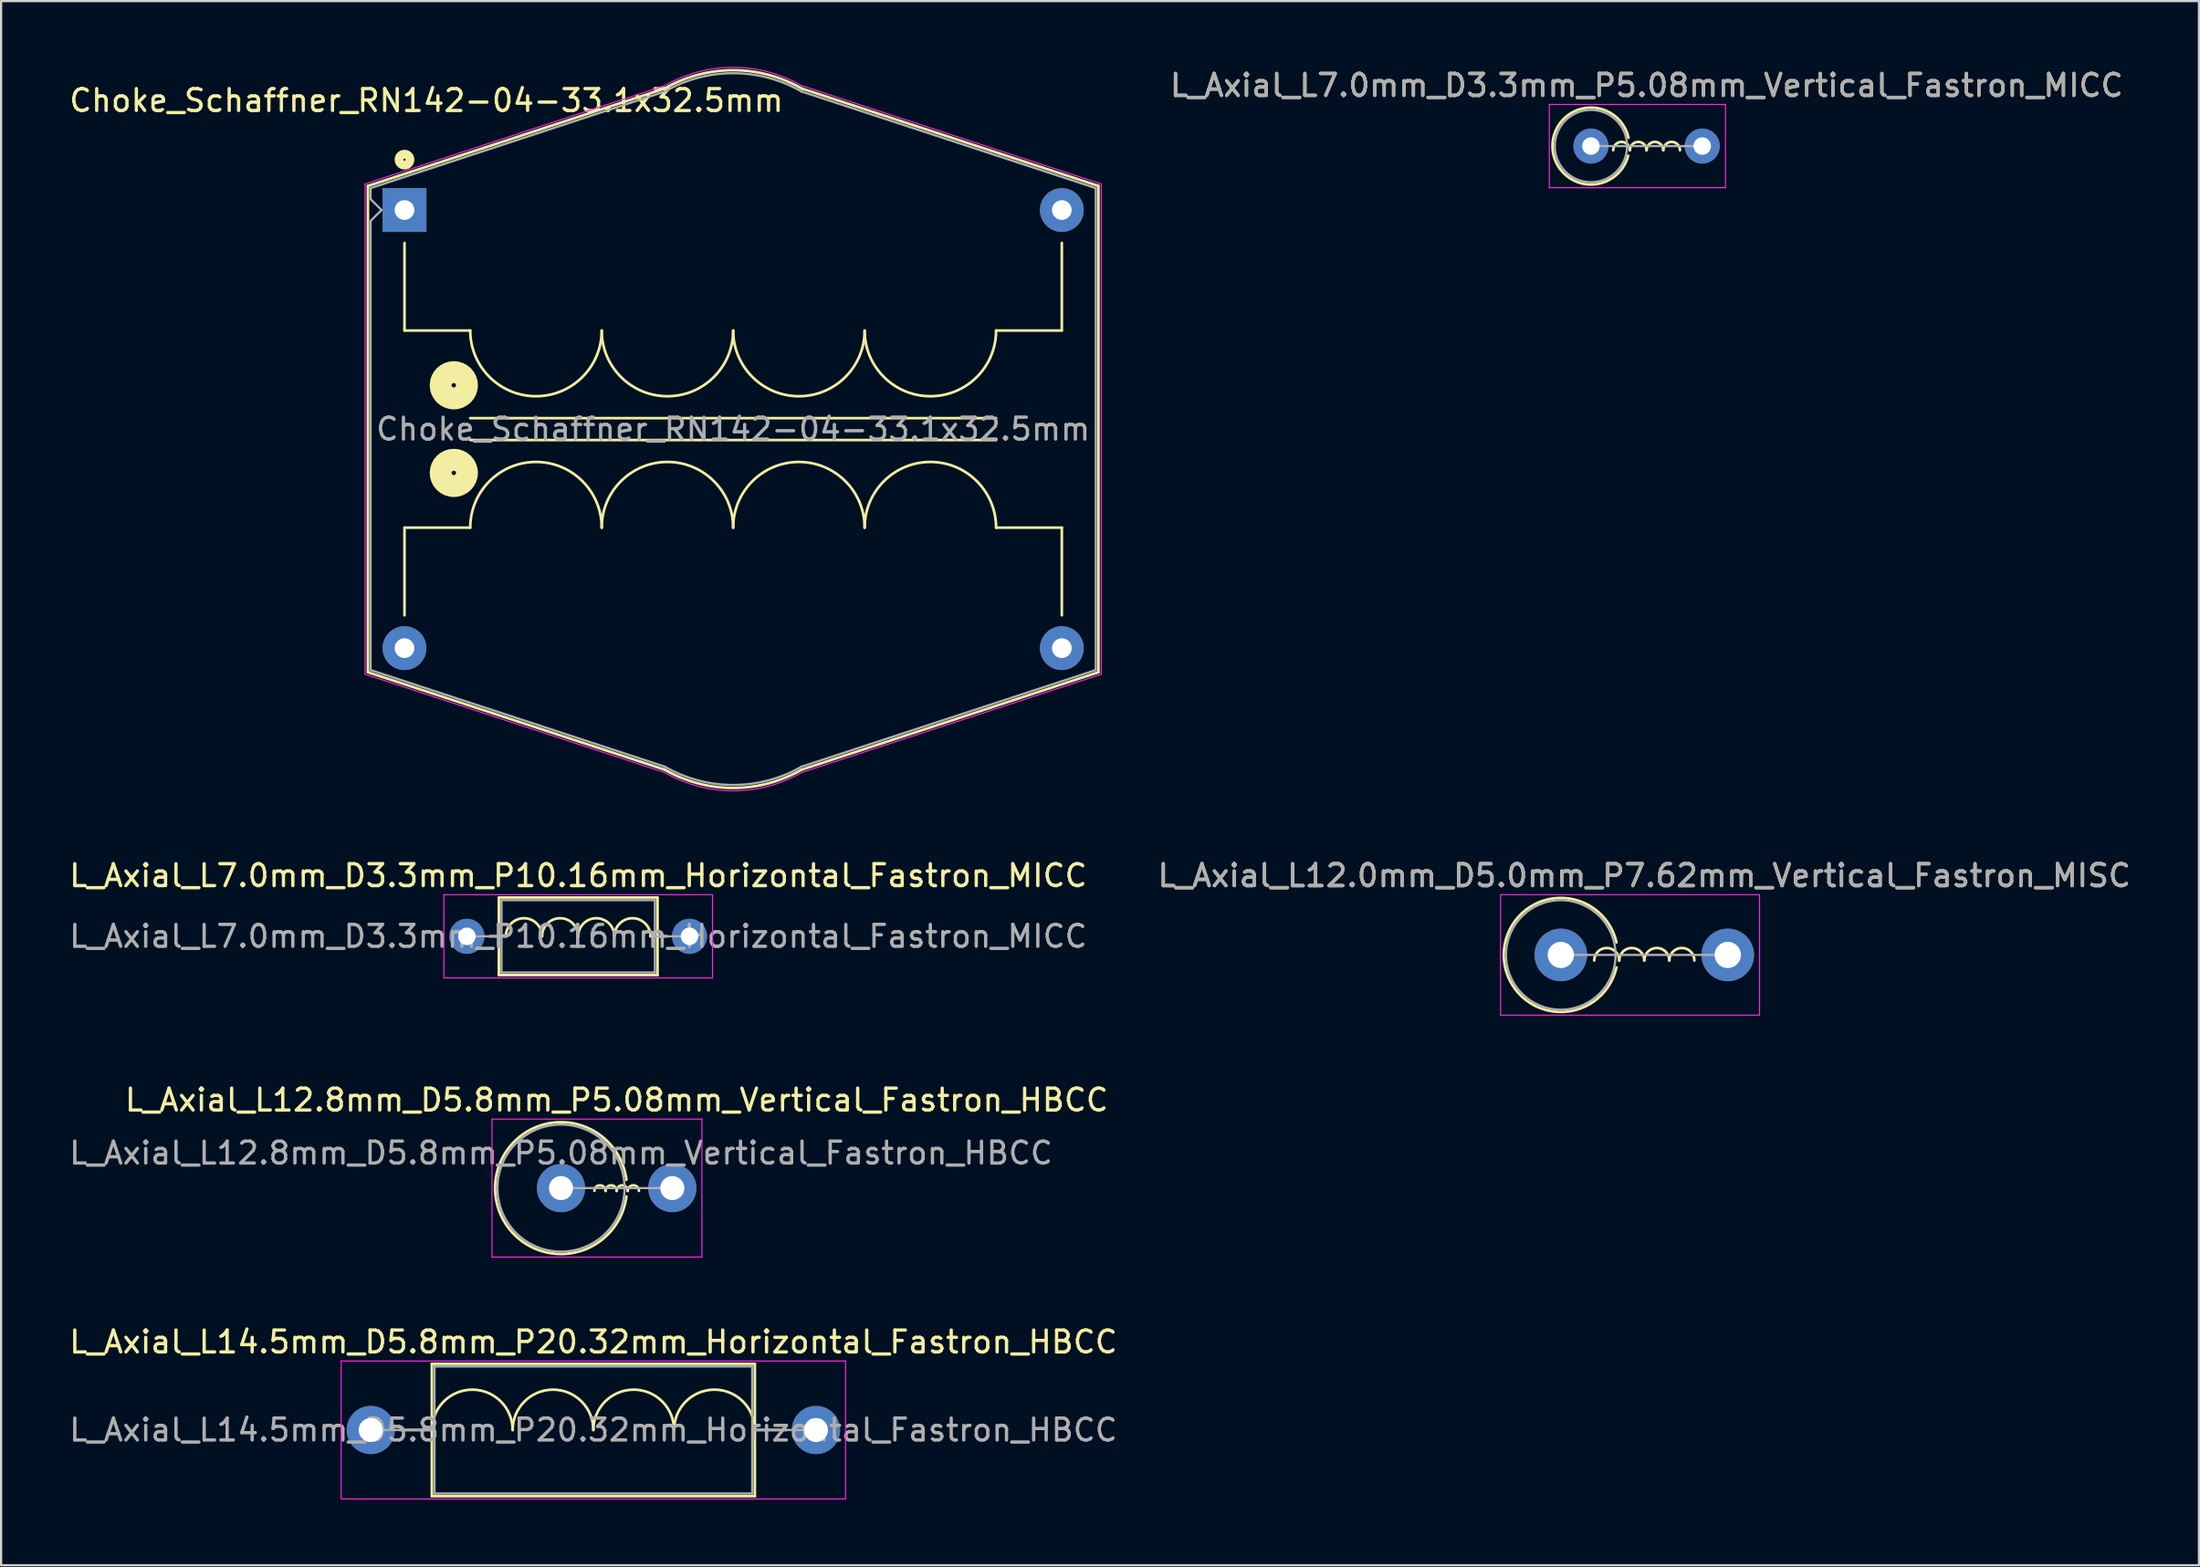
<source format=kicad_pcb>
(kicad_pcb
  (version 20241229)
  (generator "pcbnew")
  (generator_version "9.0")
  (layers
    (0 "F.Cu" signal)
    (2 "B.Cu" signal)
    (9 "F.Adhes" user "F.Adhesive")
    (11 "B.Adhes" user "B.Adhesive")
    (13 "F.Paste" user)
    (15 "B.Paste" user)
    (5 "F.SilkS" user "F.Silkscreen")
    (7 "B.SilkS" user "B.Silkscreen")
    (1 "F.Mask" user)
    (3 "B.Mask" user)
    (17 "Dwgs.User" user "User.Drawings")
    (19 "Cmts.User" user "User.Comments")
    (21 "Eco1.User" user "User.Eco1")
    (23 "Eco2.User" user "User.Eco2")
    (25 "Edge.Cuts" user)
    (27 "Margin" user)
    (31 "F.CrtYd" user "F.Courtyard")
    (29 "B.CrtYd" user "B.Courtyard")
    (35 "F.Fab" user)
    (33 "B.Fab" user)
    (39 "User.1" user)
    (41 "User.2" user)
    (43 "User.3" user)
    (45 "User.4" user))
  (footprint "L_Axial_L12.0mm_D5.0mm_P7.62mm_Vertical_Fastron_MISC"
    (layer "F.Cu")
    (at 68.184 40.543)
    (property "Reference" "L_Axial_L12.0mm_D5.0mm_P7.62mm_Vertical_Fastron_MISC" (at 3.81 -3.62 0) (layer "F.SilkS") (effects (font (size 1 1) (thickness 0.15))))
    (attr through_hole)
    (fp_arc (start 1.524 0.254) (mid 2.0955 -0.3175) (end 2.667 0.254) (stroke (width 0.12) (type solid)) (layer "F.SilkS"))
    (fp_arc (start 2.54 0.5715) (mid -2.6035 0) (end 2.54 -0.5715) (stroke (width 0.12) (type solid)) (layer "F.SilkS"))
    (fp_arc (start 2.667 0.254) (mid 3.2385 -0.3175) (end 3.81 0.254) (stroke (width 0.12) (type solid)) (layer "F.SilkS"))
    (fp_arc (start 3.81 0.254) (mid 4.3815 -0.3175) (end 4.953 0.254) (stroke (width 0.12) (type solid)) (layer "F.SilkS"))
    (fp_arc (start 4.953 0.254) (mid 5.5245 -0.3175) (end 6.096 0.254) (stroke (width 0.12) (type solid)) (layer "F.SilkS"))
    (fp_line (start -2.75 -2.75) (end -2.75 2.75) (stroke (width 0.05) (type solid)) (layer "F.CrtYd"))
    (fp_line (start -2.75 2.75) (end 9.07 2.75) (stroke (width 0.05) (type solid)) (layer "F.CrtYd"))
    (fp_line (start 9.07 -2.75) (end -2.75 -2.75) (stroke (width 0.05) (type solid)) (layer "F.CrtYd"))
    (fp_line (start 9.07 2.75) (end 9.07 -2.75) (stroke (width 0.05) (type solid)) (layer "F.CrtYd"))
    (fp_line (start 0 0) (end 7.62 0) (stroke (width 0.1) (type solid)) (layer "F.Fab"))
    (fp_circle (center 0 0) (end 2.5 0) (stroke (width 0.1) (type solid)) (fill no) (layer "F.Fab"))
    (fp_text user "${REFERENCE}" (at 3.81 -3.62 0) (layer "F.Fab") (effects (font (size 1 1) (thickness 0.15))))
    (pad "1" thru_hole circle (at 0 0) (size 2.4 2.4) (drill 1.2) (layers "*.Cu" "*.Mask"))
    (pad "2" thru_hole oval (at 7.62 0) (size 2.4 2.4) (drill 1.2) (layers "*.Cu" "*.Mask")))
  (footprint "L_Axial_L7.0mm_D3.3mm_P10.16mm_Horizontal_Fastron_MICC"
    (layer "F.Cu")
    (at 18.259 39.693)
    (property "Reference" "L_Axial_L7.0mm_D3.3mm_P10.16mm_Horizontal_Fastron_MICC" (at 5.08 -2.77 0) (layer "F.SilkS") (effects (font (size 1 1) (thickness 0.15))))
    (attr through_hole)
    (fp_line (start 1.04 0) (end 1.46 0) (stroke (width 0.12) (type solid)) (layer "F.SilkS"))
    (fp_line (start 1.46 -1.77) (end 1.46 1.77) (stroke (width 0.12) (type solid)) (layer "F.SilkS"))
    (fp_line (start 1.46 1.77) (end 8.7 1.77) (stroke (width 0.12) (type solid)) (layer "F.SilkS"))
    (fp_line (start 1.778 0) (end 1.46 0) (stroke (width 0.12) (type solid)) (layer "F.SilkS"))
    (fp_line (start 8.382 0) (end 8.7 0) (stroke (width 0.12) (type solid)) (layer "F.SilkS"))
    (fp_line (start 8.7 -1.77) (end 1.46 -1.77) (stroke (width 0.12) (type solid)) (layer "F.SilkS"))
    (fp_line (start 8.7 1.77) (end 8.7 -1.77) (stroke (width 0.12) (type solid)) (layer "F.SilkS"))
    (fp_line (start 9.12 0) (end 8.7 0) (stroke (width 0.12) (type solid)) (layer "F.SilkS"))
    (fp_arc (start 1.778 0) (mid 2.6035 -0.8255) (end 3.429 0) (stroke (width 0.12) (type solid)) (layer "F.SilkS"))
    (fp_arc (start 3.429 0) (mid 4.2545 -0.8255) (end 5.08 0) (stroke (width 0.12) (type solid)) (layer "F.SilkS"))
    (fp_arc (start 5.08 0) (mid 5.9055 -0.8255) (end 6.731 0) (stroke (width 0.12) (type solid)) (layer "F.SilkS"))
    (fp_arc (start 6.731 0) (mid 7.5565 -0.8255) (end 8.382 0) (stroke (width 0.12) (type solid)) (layer "F.SilkS"))
    (fp_line (start -1.05 -1.9) (end -1.05 1.9) (stroke (width 0.05) (type solid)) (layer "F.CrtYd"))
    (fp_line (start -1.05 1.9) (end 11.21 1.9) (stroke (width 0.05) (type solid)) (layer "F.CrtYd"))
    (fp_line (start 11.21 -1.9) (end -1.05 -1.9) (stroke (width 0.05) (type solid)) (layer "F.CrtYd"))
    (fp_line (start 11.21 1.9) (end 11.21 -1.9) (stroke (width 0.05) (type solid)) (layer "F.CrtYd"))
    (fp_line (start 0 0) (end 1.58 0) (stroke (width 0.1) (type solid)) (layer "F.Fab"))
    (fp_line (start 1.58 -1.65) (end 1.58 1.65) (stroke (width 0.1) (type solid)) (layer "F.Fab"))
    (fp_line (start 1.58 1.65) (end 8.58 1.65) (stroke (width 0.1) (type solid)) (layer "F.Fab"))
    (fp_line (start 8.58 -1.65) (end 1.58 -1.65) (stroke (width 0.1) (type solid)) (layer "F.Fab"))
    (fp_line (start 8.58 1.65) (end 8.58 -1.65) (stroke (width 0.1) (type solid)) (layer "F.Fab"))
    (fp_line (start 10.16 0) (end 8.58 0) (stroke (width 0.1) (type solid)) (layer "F.Fab"))
    (fp_text user "${REFERENCE}" (at 5.08 0 0) (layer "F.Fab") (effects (font (size 1 1) (thickness 0.15))))
    (pad "1" thru_hole circle (at 0 0) (size 1.6 1.6) (drill 0.8) (layers "*.Cu" "*.Mask"))
    (pad "2" thru_hole oval (at 10.16 0) (size 1.6 1.6) (drill 0.8) (layers "*.Cu" "*.Mask")))
  (footprint "L_Axial_L14.5mm_D5.8mm_P20.32mm_Horizontal_Fastron_HBCC"
    (layer "F.Cu")
    (at 13.87 62.23)
    (property "Reference" "L_Axial_L14.5mm_D5.8mm_P20.32mm_Horizontal_Fastron_HBCC" (at 10.16 -4.02 0) (layer "F.SilkS") (effects (font (size 1 1) (thickness 0.15))))
    (attr through_hole)
    (fp_line (start 1.34 0) (end 2.79 0) (stroke (width 0.12) (type solid)) (layer "F.SilkS"))
    (fp_line (start 2.79 -3.02) (end 2.79 3.02) (stroke (width 0.12) (type solid)) (layer "F.SilkS"))
    (fp_line (start 2.79 3.02) (end 17.53 3.02) (stroke (width 0.12) (type solid)) (layer "F.SilkS"))
    (fp_line (start 17.53 -3.02) (end 2.79 -3.02) (stroke (width 0.12) (type solid)) (layer "F.SilkS"))
    (fp_line (start 17.53 3.02) (end 17.53 -3.02) (stroke (width 0.12) (type solid)) (layer "F.SilkS"))
    (fp_line (start 18.98 0) (end 17.53 0) (stroke (width 0.12) (type solid)) (layer "F.SilkS"))
    (fp_arc (start 2.794 0) (mid 4.6355 -1.8415) (end 6.477 0) (stroke (width 0.12) (type solid)) (layer "F.SilkS"))
    (fp_arc (start 6.477 0) (mid 8.3185 -1.8415) (end 10.16 0) (stroke (width 0.12) (type solid)) (layer "F.SilkS"))
    (fp_arc (start 10.16 0) (mid 12.0015 -1.8415) (end 13.843 0) (stroke (width 0.12) (type solid)) (layer "F.SilkS"))
    (fp_arc (start 13.843 0) (mid 15.6845 -1.8415) (end 17.526 0) (stroke (width 0.12) (type solid)) (layer "F.SilkS"))
    (fp_line (start -1.35 -3.15) (end -1.35 3.15) (stroke (width 0.05) (type solid)) (layer "F.CrtYd"))
    (fp_line (start -1.35 3.15) (end 21.67 3.15) (stroke (width 0.05) (type solid)) (layer "F.CrtYd"))
    (fp_line (start 21.67 -3.15) (end -1.35 -3.15) (stroke (width 0.05) (type solid)) (layer "F.CrtYd"))
    (fp_line (start 21.67 3.15) (end 21.67 -3.15) (stroke (width 0.05) (type solid)) (layer "F.CrtYd"))
    (fp_line (start 0 0) (end 2.91 0) (stroke (width 0.1) (type solid)) (layer "F.Fab"))
    (fp_line (start 2.91 -2.9) (end 2.91 2.9) (stroke (width 0.1) (type solid)) (layer "F.Fab"))
    (fp_line (start 2.91 2.9) (end 17.41 2.9) (stroke (width 0.1) (type solid)) (layer "F.Fab"))
    (fp_line (start 17.41 -2.9) (end 2.91 -2.9) (stroke (width 0.1) (type solid)) (layer "F.Fab"))
    (fp_line (start 17.41 2.9) (end 17.41 -2.9) (stroke (width 0.1) (type solid)) (layer "F.Fab"))
    (fp_line (start 20.32 0) (end 17.41 0) (stroke (width 0.1) (type solid)) (layer "F.Fab"))
    (fp_text user "${REFERENCE}" (at 10.16 0 0) (layer "F.Fab") (effects (font (size 1 1) (thickness 0.15))))
    (pad "1" thru_hole circle (at 0 0) (size 2.2 2.2) (drill 1.1) (layers "*.Cu" "*.Mask"))
    (pad "2" thru_hole oval (at 20.32 0) (size 2.2 2.2) (drill 1.1) (layers "*.Cu" "*.Mask")))
  (footprint "L_Axial_L12.8mm_D5.8mm_P5.08mm_Vertical_Fastron_HBCC"
    (layer "F.Cu")
    (at 22.554 51.187)
    (property "Reference" "L_Axial_L12.8mm_D5.8mm_P5.08mm_Vertical_Fastron_HBCC" (at 2.54 -4.02 0) (layer "F.SilkS") (effects (font (size 1 1) (thickness 0.15))))
    (attr through_hole)
    (fp_arc (start 1.524 0.127) (mid 1.778 -0.127) (end 2.032 0.127) (stroke (width 0.12) (type solid)) (layer "F.SilkS"))
    (fp_arc (start 2.032 0.127) (mid 2.286 -0.127) (end 2.54 0.127) (stroke (width 0.12) (type solid)) (layer "F.SilkS"))
    (fp_arc (start 2.54 0.127) (mid 2.794 -0.127) (end 3.048 0.127) (stroke (width 0.12) (type solid)) (layer "F.SilkS"))
    (fp_arc (start 2.9845 0.381) (mid -3.008721 0) (end 2.9845 -0.381) (stroke (width 0.12) (type solid)) (layer "F.SilkS"))
    (fp_arc (start 3.048 0.127) (mid 3.302 -0.127) (end 3.556 0.127) (stroke (width 0.12) (type solid)) (layer "F.SilkS"))
    (fp_line (start -3.15 -3.15) (end -3.15 3.15) (stroke (width 0.05) (type solid)) (layer "F.CrtYd"))
    (fp_line (start -3.15 3.15) (end 6.43 3.15) (stroke (width 0.05) (type solid)) (layer "F.CrtYd"))
    (fp_line (start 6.43 -3.15) (end -3.15 -3.15) (stroke (width 0.05) (type solid)) (layer "F.CrtYd"))
    (fp_line (start 6.43 3.15) (end 6.43 -3.15) (stroke (width 0.05) (type solid)) (layer "F.CrtYd"))
    (fp_line (start 0 0) (end 5.08 0) (stroke (width 0.1) (type solid)) (layer "F.Fab"))
    (fp_circle (center 0 0) (end 2.9 0) (stroke (width 0.1) (type solid)) (fill no) (layer "F.Fab"))
    (fp_text user "${REFERENCE}" (at 0 -1.6 0) (layer "F.Fab") (effects (font (size 1 1) (thickness 0.15))))
    (pad "1" thru_hole circle (at 0 0) (size 2.2 2.2) (drill 1.1) (layers "*.Cu" "*.Mask"))
    (pad "2" thru_hole oval (at 5.08 0) (size 2.2 2.2) (drill 1.1) (layers "*.Cu" "*.Mask")))
  (footprint "L_Axial_L7.0mm_D3.3mm_P5.08mm_Vertical_Fastron_MICC"
    (layer "F.Cu")
    (at 69.559 3.618)
    (property "Reference" "L_Axial_L7.0mm_D3.3mm_P5.08mm_Vertical_Fastron_MICC" (at 2.54 -2.77 0) (layer "F.SilkS") (effects (font (size 1 1) (thickness 0.15))))
    (attr through_hole)
    (fp_arc (start 1.016 0.1905) (mid 1.397 -0.1905) (end 1.778 0.1905) (stroke (width 0.12) (type solid)) (layer "F.SilkS"))
    (fp_arc (start 1.700115 0.440771) (mid -1.756054 -0.030739) (end 1.7145 -0.381) (stroke (width 0.12) (type solid)) (layer "F.SilkS"))
    (fp_arc (start 1.778 0.1905) (mid 2.159 -0.1905) (end 2.54 0.1905) (stroke (width 0.12) (type solid)) (layer "F.SilkS"))
    (fp_arc (start 2.54 0.1905) (mid 2.921 -0.1905) (end 3.302 0.1905) (stroke (width 0.12) (type solid)) (layer "F.SilkS"))
    (fp_arc (start 3.302 0.1905) (mid 3.683 -0.1905) (end 4.064 0.1905) (stroke (width 0.12) (type solid)) (layer "F.SilkS"))
    (fp_line (start -1.9 -1.9) (end -1.9 1.9) (stroke (width 0.05) (type solid)) (layer "F.CrtYd"))
    (fp_line (start -1.9 1.9) (end 6.14 1.9) (stroke (width 0.05) (type solid)) (layer "F.CrtYd"))
    (fp_line (start 6.14 -1.9) (end -1.9 -1.9) (stroke (width 0.05) (type solid)) (layer "F.CrtYd"))
    (fp_line (start 6.14 1.9) (end 6.14 -1.9) (stroke (width 0.05) (type solid)) (layer "F.CrtYd"))
    (fp_line (start 0 0) (end 5.08 0) (stroke (width 0.1) (type solid)) (layer "F.Fab"))
    (fp_circle (center 0 0) (end 1.65 0) (stroke (width 0.1) (type solid)) (fill no) (layer "F.Fab"))
    (fp_text user "${REFERENCE}" (at 2.54 -2.77 0) (layer "F.Fab") (effects (font (size 1 1) (thickness 0.15))))
    (pad "1" thru_hole circle (at 0 0) (size 1.6 1.6) (drill 0.8) (layers "*.Cu" "*.Mask"))
    (pad "2" thru_hole oval (at 5.08 0) (size 1.6 1.6) (drill 0.8) (layers "*.Cu" "*.Mask")))
  (footprint "Choke_Schaffner_RN142-04-33.1x32.5mm"
    (layer "F.Cu")
    (at 15.411 6.538)
    (property "Reference" "Choke_Schaffner_RN142-04-33.1x32.5mm" (at 1 -5 0) (layer "F.SilkS") (effects (font (size 1 1) (thickness 0.15))))
    (attr through_hole)
    (fp_line (start -1.67 -1.1) (end 11.88 -5.55) (stroke (width 0.12) (type solid)) (layer "F.SilkS"))
    (fp_line (start -1.67 21.1) (end -1.67 -1.1) (stroke (width 0.12) (type solid)) (layer "F.SilkS"))
    (fp_line (start 0 5.5) (end 0 1.5) (stroke (width 0.12) (type solid)) (layer "F.SilkS"))
    (fp_line (start 0 14.5) (end 0 18.5) (stroke (width 0.12) (type solid)) (layer "F.SilkS"))
    (fp_line (start 3 5.5) (end 0 5.5) (stroke (width 0.12) (type solid)) (layer "F.SilkS"))
    (fp_line (start 3 9.5) (end 27 9.5) (stroke (width 0.12) (type solid)) (layer "F.SilkS"))
    (fp_line (start 3 14.5) (end 0 14.5) (stroke (width 0.12) (type solid)) (layer "F.SilkS"))
    (fp_line (start 11.88 25.55) (end -1.67 21.1) (stroke (width 0.12) (type solid)) (layer "F.SilkS"))
    (fp_line (start 18.12 -5.55) (end 31.67 -1.1) (stroke (width 0.12) (type solid)) (layer "F.SilkS"))
    (fp_line (start 27 5.5) (end 30 5.5) (stroke (width 0.12) (type solid)) (layer "F.SilkS"))
    (fp_line (start 27 10.5) (end 3 10.5) (stroke (width 0.12) (type solid)) (layer "F.SilkS"))
    (fp_line (start 27 14.5) (end 30 14.5) (stroke (width 0.12) (type solid)) (layer "F.SilkS"))
    (fp_line (start 30 5.5) (end 30 1.5) (stroke (width 0.12) (type solid)) (layer "F.SilkS"))
    (fp_line (start 30 14.5) (end 30 18.5) (stroke (width 0.12) (type solid)) (layer "F.SilkS"))
    (fp_line (start 31.67 -1.1) (end 31.67 21.1) (stroke (width 0.12) (type solid)) (layer "F.SilkS"))
    (fp_line (start 31.67 21.1) (end 18.12 25.55) (stroke (width 0.12) (type solid)) (layer "F.SilkS"))
    (fp_arc (start 3 14.5) (mid 6 11.5) (end 9 14.5) (stroke (width 0.12) (type solid)) (layer "F.SilkS"))
    (fp_arc (start 9 5.5) (mid 6 8.5) (end 3 5.5) (stroke (width 0.12) (type solid)) (layer "F.SilkS"))
    (fp_arc (start 9 14.5) (mid 12 11.5) (end 15 14.5) (stroke (width 0.12) (type solid)) (layer "F.SilkS"))
    (fp_arc (start 11.88 -5.55) (mid 15.013001 -6.382518) (end 18.142518 -5.536999) (stroke (width 0.12) (type solid)) (layer "F.SilkS"))
    (fp_arc (start 15 5.5) (mid 12 8.5) (end 9 5.5) (stroke (width 0.12) (type solid)) (layer "F.SilkS"))
    (fp_arc (start 15 14.5) (mid 18 11.5) (end 21 14.5) (stroke (width 0.12) (type solid)) (layer "F.SilkS"))
    (fp_arc (start 18.12 25.55) (mid 14.986999 26.382518) (end 11.857482 25.536999) (stroke (width 0.12) (type solid)) (layer "F.SilkS"))
    (fp_arc (start 21 5.5) (mid 18 8.5) (end 15 5.5) (stroke (width 0.12) (type solid)) (layer "F.SilkS"))
    (fp_arc (start 21 14.5) (mid 24 11.5) (end 27 14.5) (stroke (width 0.12) (type solid)) (layer "F.SilkS"))
    (fp_arc (start 27 5.5) (mid 24 8.5) (end 21 5.5) (stroke (width 0.12) (type solid)) (layer "F.SilkS"))
    (fp_circle (center 0 -2.3) (end 0.05 -2.3) (stroke (width 0.4) (type solid)) (fill no) (layer "F.SilkS"))
    (fp_circle (center 2.25 8) (end 2.35 8) (stroke (width 1) (type solid)) (fill no) (layer "F.SilkS"))
    (fp_circle (center 2.25 12) (end 2.35 12) (stroke (width 1) (type solid)) (fill no) (layer "F.SilkS"))
    (fp_line (start -1.8 -1.19) (end 11.88 -5.68) (stroke (width 0.05) (type solid)) (layer "F.CrtYd"))
    (fp_line (start -1.8 21.19) (end -1.8 -1.19) (stroke (width 0.05) (type solid)) (layer "F.CrtYd"))
    (fp_line (start 11.88 25.68) (end -1.8 21.19) (stroke (width 0.05) (type solid)) (layer "F.CrtYd"))
    (fp_line (start 18.12 -5.68) (end 31.8 -1.19) (stroke (width 0.05) (type solid)) (layer "F.CrtYd"))
    (fp_line (start 31.8 -1.19) (end 31.8 21.19) (stroke (width 0.05) (type solid)) (layer "F.CrtYd"))
    (fp_line (start 31.8 21.19) (end 18.12 25.68) (stroke (width 0.05) (type solid)) (layer "F.CrtYd"))
    (fp_arc (start 11.88 -5.68) (mid 15.013001 -6.512518) (end 18.142518 -5.666999) (stroke (width 0.05) (type solid)) (layer "F.CrtYd"))
    (fp_arc (start 18.12 25.68) (mid 14.986999 26.512518) (end 11.857482 25.666999) (stroke (width 0.05) (type solid)) (layer "F.CrtYd"))
    (fp_line (start -1.55 -1) (end 11.88 -5.41) (stroke (width 0.1) (type solid)) (layer "F.Fab"))
    (fp_line (start -1.55 -0.5) (end -1.55 -1) (stroke (width 0.1) (type solid)) (layer "F.Fab"))
    (fp_line (start -1.55 0.5) (end -1.05 0) (stroke (width 0.1) (type solid)) (layer "F.Fab"))
    (fp_line (start -1.55 21) (end -1.55 0.5) (stroke (width 0.1) (type solid)) (layer "F.Fab"))
    (fp_line (start -1.05 0) (end -1.55 -0.5) (stroke (width 0.1) (type solid)) (layer "F.Fab"))
    (fp_line (start 11.88 25.41) (end -1.55 21) (stroke (width 0.1) (type solid)) (layer "F.Fab"))
    (fp_line (start 18.12 -5.41) (end 31.55 -1) (stroke (width 0.1) (type solid)) (layer "F.Fab"))
    (fp_line (start 31.55 -1) (end 31.55 21) (stroke (width 0.1) (type solid)) (layer "F.Fab"))
    (fp_line (start 31.55 21) (end 18.12 25.41) (stroke (width 0.1) (type solid)) (layer "F.Fab"))
    (fp_arc (start 11.88 -5.41) (mid 15.003001 -6.245197) (end 18.125197 -5.406999) (stroke (width 0.1) (type solid)) (layer "F.Fab"))
    (fp_arc (start 18.12 25.41) (mid 14.996999 26.245197) (end 11.874803 25.406999) (stroke (width 0.1) (type solid)) (layer "F.Fab"))
    (fp_text user "${REFERENCE}" (at 15 10 0) (layer "F.Fab") (effects (font (size 1 1) (thickness 0.15))))
    (pad "1" thru_hole rect (at 0 0) (size 2 2) (drill 0.9) (layers "*.Cu" "*.Mask"))
    (pad "2" thru_hole circle (at 30 0) (size 2 2) (drill 0.9) (layers "*.Cu" "*.Mask"))
    (pad "3" thru_hole circle (at 0 20) (size 2 2) (drill 0.9) (layers "*.Cu" "*.Mask"))
    (pad "4" thru_hole circle (at 30 20) (size 2 2) (drill 0.9) (layers "*.Cu" "*.Mask")))
  (gr_rect
    (start -3 -3)
    (end 97.31 68.405)
    (stroke (width 0.1) (type default))
    (fill no)
    (layer "Edge.Cuts")))
</source>
